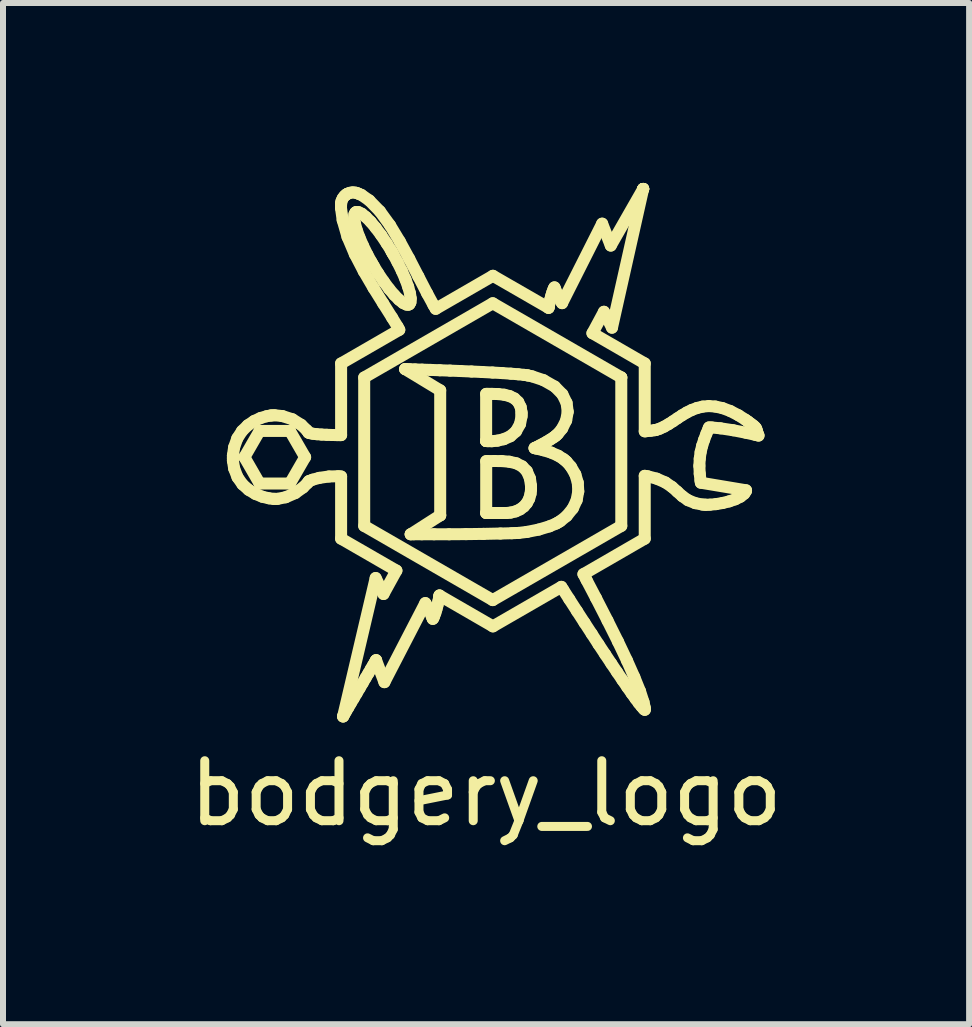
<source format=kicad_pcb>
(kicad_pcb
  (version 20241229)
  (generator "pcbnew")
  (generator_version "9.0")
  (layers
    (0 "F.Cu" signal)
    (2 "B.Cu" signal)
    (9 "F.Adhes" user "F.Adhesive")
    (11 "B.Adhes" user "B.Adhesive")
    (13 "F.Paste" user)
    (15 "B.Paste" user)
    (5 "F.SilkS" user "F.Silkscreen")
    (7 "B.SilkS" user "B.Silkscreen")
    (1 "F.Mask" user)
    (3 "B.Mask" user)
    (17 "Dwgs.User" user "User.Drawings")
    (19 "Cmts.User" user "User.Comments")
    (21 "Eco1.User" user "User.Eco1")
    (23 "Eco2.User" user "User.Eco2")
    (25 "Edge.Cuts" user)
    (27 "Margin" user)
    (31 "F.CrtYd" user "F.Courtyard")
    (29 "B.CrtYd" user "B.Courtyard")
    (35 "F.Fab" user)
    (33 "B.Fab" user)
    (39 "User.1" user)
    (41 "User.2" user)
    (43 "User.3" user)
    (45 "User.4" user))
  (footprint "bodgery_logo"
    (layer "F.Cu")
    (at 5.054 7.13)
    (property "Reference" "bodgery_logo" (at 0 3.048 0) (layer "F.SilkS") (effects (font (size 1 1) (thickness 0.15))))
    (attr through_hole)
    (fp_line (start -4.221 -2.587) (end -4.221 -2.542) (stroke (width 0.2) (type solid)) (layer "F.SilkS"))
    (fp_line (start -4.221 -2.542) (end -4.221 -2.499) (stroke (width 0.2) (type solid)) (layer "F.SilkS"))
    (fp_line (start -4.221 -2.499) (end -4.2 -2.368) (stroke (width 0.2) (type solid)) (layer "F.SilkS"))
    (fp_line (start -4.201 -2.722) (end -4.221 -2.587) (stroke (width 0.2) (type solid)) (layer "F.SilkS"))
    (fp_line (start -4.2 -2.368) (end -4.144 -2.223) (stroke (width 0.2) (type solid)) (layer "F.SilkS"))
    (fp_line (start -4.148 -2.872) (end -4.201 -2.722) (stroke (width 0.2) (type solid)) (layer "F.SilkS"))
    (fp_line (start -4.144 -2.223) (end -4.061 -2.105) (stroke (width 0.2) (type solid)) (layer "F.SilkS"))
    (fp_line (start -4.069 -2.994) (end -4.148 -2.872) (stroke (width 0.2) (type solid)) (layer "F.SilkS"))
    (fp_line (start -4.061 -2.105) (end -3.958 -2.013) (stroke (width 0.2) (type solid)) (layer "F.SilkS"))
    (fp_line (start -4.029 -2.558) (end -3.776 -2.996) (stroke (width 0.2) (type solid)) (layer "F.SilkS"))
    (fp_line (start -3.973 -3.089) (end -4.069 -2.994) (stroke (width 0.2) (type solid)) (layer "F.SilkS"))
    (fp_line (start -3.958 -2.013) (end -3.845 -1.945) (stroke (width 0.2) (type solid)) (layer "F.SilkS"))
    (fp_line (start -3.867 -3.161) (end -3.973 -3.089) (stroke (width 0.2) (type solid)) (layer "F.SilkS"))
    (fp_line (start -3.845 -1.945) (end -3.729 -1.898) (stroke (width 0.2) (type solid)) (layer "F.SilkS"))
    (fp_line (start -3.776 -2.996) (end -3.27 -2.996) (stroke (width 0.2) (type solid)) (layer "F.SilkS"))
    (fp_line (start -3.776 -2.119) (end -4.029 -2.558) (stroke (width 0.2) (type solid)) (layer "F.SilkS"))
    (fp_line (start -3.759 -3.211) (end -3.867 -3.161) (stroke (width 0.2) (type solid)) (layer "F.SilkS"))
    (fp_line (start -3.729 -1.898) (end -3.618 -1.872) (stroke (width 0.2) (type solid)) (layer "F.SilkS"))
    (fp_line (start -3.657 -3.241) (end -3.759 -3.211) (stroke (width 0.2) (type solid)) (layer "F.SilkS"))
    (fp_line (start -3.618 -1.872) (end -3.546 -1.863) (stroke (width 0.2) (type solid)) (layer "F.SilkS"))
    (fp_line (start -3.592 -3.253) (end -3.657 -3.241) (stroke (width 0.2) (type solid)) (layer "F.SilkS"))
    (fp_line (start -3.57 -3.254) (end -3.592 -3.253) (stroke (width 0.2) (type solid)) (layer "F.SilkS"))
    (fp_line (start -3.546 -1.863) (end -3.522 -1.863) (stroke (width 0.2) (type solid)) (layer "F.SilkS"))
    (fp_line (start -3.526 -3.257) (end -3.57 -3.254) (stroke (width 0.2) (type solid)) (layer "F.SilkS"))
    (fp_line (start -3.522 -1.863) (end -3.477 -1.863) (stroke (width 0.2) (type solid)) (layer "F.SilkS"))
    (fp_line (start -3.477 -1.863) (end -3.341 -1.89) (stroke (width 0.2) (type solid)) (layer "F.SilkS"))
    (fp_line (start -3.395 -3.243) (end -3.526 -3.257) (stroke (width 0.2) (type solid)) (layer "F.SilkS"))
    (fp_line (start -3.341 -1.89) (end -3.182 -1.959) (stroke (width 0.2) (type solid)) (layer "F.SilkS"))
    (fp_line (start -3.27 -2.996) (end -3.27 -2.996) (stroke (width 0.2) (type solid)) (layer "F.SilkS"))
    (fp_line (start -3.27 -2.996) (end -3.017 -2.558) (stroke (width 0.2) (type solid)) (layer "F.SilkS"))
    (fp_line (start -3.27 -2.119) (end -3.776 -2.119) (stroke (width 0.2) (type solid)) (layer "F.SilkS"))
    (fp_line (start -3.23 -3.19) (end -3.395 -3.243) (stroke (width 0.2) (type solid)) (layer "F.SilkS"))
    (fp_line (start -3.182 -1.959) (end -3.051 -2.053) (stroke (width 0.2) (type solid)) (layer "F.SilkS"))
    (fp_line (start -3.083 -3.098) (end -3.23 -3.19) (stroke (width 0.2) (type solid)) (layer "F.SilkS"))
    (fp_line (start -3.051 -2.053) (end -2.977 -2.127) (stroke (width 0.2) (type solid)) (layer "F.SilkS"))
    (fp_line (start -3.017 -2.558) (end -3.27 -2.119) (stroke (width 0.2) (type solid)) (layer "F.SilkS"))
    (fp_line (start -2.988 -3.006) (end -3.083 -3.098) (stroke (width 0.2) (type solid)) (layer "F.SilkS"))
    (fp_line (start -2.977 -2.127) (end -2.957 -2.156) (stroke (width 0.2) (type solid)) (layer "F.SilkS"))
    (fp_line (start -2.963 -2.971) (end -2.988 -3.006) (stroke (width 0.2) (type solid)) (layer "F.SilkS"))
    (fp_line (start -2.959 -2.966) (end -2.963 -2.971) (stroke (width 0.2) (type solid)) (layer "F.SilkS"))
    (fp_line (start -2.957 -2.156) (end -2.945 -2.162) (stroke (width 0.2) (type solid)) (layer "F.SilkS"))
    (fp_line (start -2.945 -2.162) (end -2.894 -2.182) (stroke (width 0.2) (type solid)) (layer "F.SilkS"))
    (fp_line (start -2.938 -2.959) (end -2.959 -2.966) (stroke (width 0.2) (type solid)) (layer "F.SilkS"))
    (fp_line (start -2.894 -2.182) (end -2.78 -2.213) (stroke (width 0.2) (type solid)) (layer "F.SilkS"))
    (fp_line (start -2.889 -2.949) (end -2.938 -2.959) (stroke (width 0.2) (type solid)) (layer "F.SilkS"))
    (fp_line (start -2.822 -2.941) (end -2.889 -2.949) (stroke (width 0.2) (type solid)) (layer "F.SilkS"))
    (fp_line (start -2.78 -2.213) (end -2.62 -2.236) (stroke (width 0.2) (type solid)) (layer "F.SilkS"))
    (fp_line (start -2.743 -2.935) (end -2.822 -2.941) (stroke (width 0.2) (type solid)) (layer "F.SilkS"))
    (fp_line (start -2.657 -2.931) (end -2.743 -2.935) (stroke (width 0.2) (type solid)) (layer "F.SilkS"))
    (fp_line (start -2.62 -2.236) (end -2.467 -2.24) (stroke (width 0.2) (type solid)) (layer "F.SilkS"))
    (fp_line (start -2.57 -2.928) (end -2.657 -2.931) (stroke (width 0.2) (type solid)) (layer "F.SilkS"))
    (fp_line (start -2.488 -2.926) (end -2.57 -2.928) (stroke (width 0.2) (type solid)) (layer "F.SilkS"))
    (fp_line (start -2.467 -2.24) (end -2.417 -2.236) (stroke (width 0.2) (type solid)) (layer "F.SilkS"))
    (fp_line (start -2.434 -2.926) (end -2.488 -2.926) (stroke (width 0.2) (type solid)) (layer "F.SilkS"))
    (fp_line (start -2.419 -6.712) (end -2.391 -6.511) (stroke (width 0.2) (type solid)) (layer "F.SilkS"))
    (fp_line (start -2.417 -6.779) (end -2.419 -6.712) (stroke (width 0.2) (type solid)) (layer "F.SilkS"))
    (fp_line (start -2.417 -6.791) (end -2.417 -6.779) (stroke (width 0.2) (type solid)) (layer "F.SilkS"))
    (fp_line (start -2.417 -4.121) (end -2.417 -2.926) (stroke (width 0.2) (type solid)) (layer "F.SilkS"))
    (fp_line (start -2.417 -2.926) (end -2.434 -2.926) (stroke (width 0.2) (type solid)) (layer "F.SilkS"))
    (fp_line (start -2.417 -2.236) (end -2.417 -1.199) (stroke (width 0.2) (type solid)) (layer "F.SilkS"))
    (fp_line (start -2.417 -1.199) (end -1.495 -0.667) (stroke (width 0.2) (type solid)) (layer "F.SilkS"))
    (fp_line (start -2.41 -6.829) (end -2.417 -6.791) (stroke (width 0.2) (type solid)) (layer "F.SilkS"))
    (fp_line (start -2.391 -6.511) (end -2.31 -6.23) (stroke (width 0.2) (type solid)) (layer "F.SilkS"))
    (fp_line (start -2.39 -6.874) (end -2.41 -6.829) (stroke (width 0.2) (type solid)) (layer "F.SilkS"))
    (fp_line (start -2.384 1.765) (end -2.384 1.764) (stroke (width 0.2) (type solid)) (layer "F.SilkS"))
    (fp_line (start -2.384 1.764) (end -2.378 1.753) (stroke (width 0.2) (type solid)) (layer "F.SilkS"))
    (fp_line (start -2.378 1.753) (end -2.36 1.723) (stroke (width 0.2) (type solid)) (layer "F.SilkS"))
    (fp_line (start -2.36 -6.913) (end -2.39 -6.874) (stroke (width 0.2) (type solid)) (layer "F.SilkS"))
    (fp_line (start -2.36 1.723) (end -2.333 1.676) (stroke (width 0.2) (type solid)) (layer "F.SilkS"))
    (fp_line (start -2.333 1.676) (end -2.297 1.616) (stroke (width 0.2) (type solid)) (layer "F.SilkS"))
    (fp_line (start -2.331 -6.938) (end -2.36 -6.913) (stroke (width 0.2) (type solid)) (layer "F.SilkS"))
    (fp_line (start -2.32 -6.944) (end -2.331 -6.938) (stroke (width 0.2) (type solid)) (layer "F.SilkS"))
    (fp_line (start -2.31 -6.23) (end -2.188 -5.942) (stroke (width 0.2) (type solid)) (layer "F.SilkS"))
    (fp_line (start -2.309 -6.95) (end -2.32 -6.944) (stroke (width 0.2) (type solid)) (layer "F.SilkS"))
    (fp_line (start -2.297 1.616) (end -2.256 1.545) (stroke (width 0.2) (type solid)) (layer "F.SilkS"))
    (fp_line (start -2.273 -6.965) (end -2.309 -6.95) (stroke (width 0.2) (type solid)) (layer "F.SilkS"))
    (fp_line (start -2.256 1.545) (end -2.209 1.466) (stroke (width 0.2) (type solid)) (layer "F.SilkS"))
    (fp_line (start -2.225 -6.973) (end -2.273 -6.965) (stroke (width 0.2) (type solid)) (layer "F.SilkS"))
    (fp_line (start -2.209 1.466) (end -2.159 1.381) (stroke (width 0.2) (type solid)) (layer "F.SilkS"))
    (fp_line (start -2.2 -6.543) (end -2.195 -6.605) (stroke (width 0.2) (type solid)) (layer "F.SilkS"))
    (fp_line (start -2.195 -6.605) (end -2.179 -6.635) (stroke (width 0.2) (type solid)) (layer "F.SilkS"))
    (fp_line (start -2.188 -5.942) (end -2.039 -5.656) (stroke (width 0.2) (type solid)) (layer "F.SilkS"))
    (fp_line (start -2.187 -6.456) (end -2.2 -6.543) (stroke (width 0.2) (type solid)) (layer "F.SilkS"))
    (fp_line (start -2.179 -6.635) (end -2.171 -6.64) (stroke (width 0.2) (type solid)) (layer "F.SilkS"))
    (fp_line (start -2.176 -6.968) (end -2.225 -6.973) (stroke (width 0.2) (type solid)) (layer "F.SilkS"))
    (fp_line (start -2.171 -6.64) (end -2.163 -6.645) (stroke (width 0.2) (type solid)) (layer "F.SilkS"))
    (fp_line (start -2.163 -6.645) (end -2.129 -6.644) (stroke (width 0.2) (type solid)) (layer "F.SilkS"))
    (fp_line (start -2.159 1.381) (end -2.108 1.294) (stroke (width 0.2) (type solid)) (layer "F.SilkS"))
    (fp_line (start -2.158 -6.348) (end -2.187 -6.456) (stroke (width 0.2) (type solid)) (layer "F.SilkS"))
    (fp_line (start -2.139 -6.956) (end -2.176 -6.968) (stroke (width 0.2) (type solid)) (layer "F.SilkS"))
    (fp_line (start -2.129 -6.644) (end -2.072 -6.617) (stroke (width 0.2) (type solid)) (layer "F.SilkS"))
    (fp_line (start -2.128 -6.951) (end -2.139 -6.956) (stroke (width 0.2) (type solid)) (layer "F.SilkS"))
    (fp_line (start -2.112 -6.223) (end -2.158 -6.348) (stroke (width 0.2) (type solid)) (layer "F.SilkS"))
    (fp_line (start -2.108 1.294) (end -2.057 1.207) (stroke (width 0.2) (type solid)) (layer "F.SilkS"))
    (fp_line (start -2.079 -6.931) (end -2.128 -6.951) (stroke (width 0.2) (type solid)) (layer "F.SilkS"))
    (fp_line (start -2.072 -6.617) (end -2.004 -6.562) (stroke (width 0.2) (type solid)) (layer "F.SilkS"))
    (fp_line (start -2.057 1.207) (end -2.008 1.122) (stroke (width 0.2) (type solid)) (layer "F.SilkS"))
    (fp_line (start -2.052 -6.084) (end -2.112 -6.223) (stroke (width 0.2) (type solid)) (layer "F.SilkS"))
    (fp_line (start -2.039 -5.656) (end -1.877 -5.379) (stroke (width 0.2) (type solid)) (layer "F.SilkS"))
    (fp_line (start -2.032 -3.887) (end 0.111 -5.124) (stroke (width 0.2) (type solid)) (layer "F.SilkS"))
    (fp_line (start -2.032 -1.412) (end -2.032 -3.887) (stroke (width 0.2) (type solid)) (layer "F.SilkS"))
    (fp_line (start -2.008 1.122) (end -1.961 1.043) (stroke (width 0.2) (type solid)) (layer "F.SilkS"))
    (fp_line (start -2.004 -6.562) (end -1.925 -6.483) (stroke (width 0.2) (type solid)) (layer "F.SilkS"))
    (fp_line (start -1.979 -5.935) (end -2.052 -6.084) (stroke (width 0.2) (type solid)) (layer "F.SilkS"))
    (fp_line (start -1.961 1.043) (end -1.92 0.972) (stroke (width 0.2) (type solid)) (layer "F.SilkS"))
    (fp_line (start -1.946 -6.838) (end -2.079 -6.931) (stroke (width 0.2) (type solid)) (layer "F.SilkS"))
    (fp_line (start -1.925 -6.483) (end -1.84 -6.381) (stroke (width 0.2) (type solid)) (layer "F.SilkS"))
    (fp_line (start -1.92 0.972) (end -1.885 0.913) (stroke (width 0.2) (type solid)) (layer "F.SilkS"))
    (fp_line (start -1.915 -5.817) (end -1.979 -5.935) (stroke (width 0.2) (type solid)) (layer "F.SilkS"))
    (fp_line (start -1.893 -5.778) (end -1.915 -5.817) (stroke (width 0.2) (type solid)) (layer "F.SilkS"))
    (fp_line (start -1.885 0.913) (end -1.858 0.867) (stroke (width 0.2) (type solid)) (layer "F.SilkS"))
    (fp_line (start -1.877 -5.379) (end -1.715 -5.119) (stroke (width 0.2) (type solid)) (layer "F.SilkS"))
    (fp_line (start -1.87 -5.739) (end -1.893 -5.778) (stroke (width 0.2) (type solid)) (layer "F.SilkS"))
    (fp_line (start -1.858 0.867) (end -1.84 0.837) (stroke (width 0.2) (type solid)) (layer "F.SilkS"))
    (fp_line (start -1.841 -0.543) (end -2.384 1.765) (stroke (width 0.2) (type solid)) (layer "F.SilkS"))
    (fp_line (start -1.84 0.837) (end -1.834 0.827) (stroke (width 0.2) (type solid)) (layer "F.SilkS"))
    (fp_line (start -1.84 -6.381) (end -1.749 -6.259) (stroke (width 0.2) (type solid)) (layer "F.SilkS"))
    (fp_line (start -1.834 0.827) (end -1.834 0.827) (stroke (width 0.2) (type solid)) (layer "F.SilkS"))
    (fp_line (start -1.834 0.827) (end -1.695 1.193) (stroke (width 0.2) (type solid)) (layer "F.SilkS"))
    (fp_line (start -1.8 -5.625) (end -1.87 -5.739) (stroke (width 0.2) (type solid)) (layer "F.SilkS"))
    (fp_line (start -1.77 -6.657) (end -1.946 -6.838) (stroke (width 0.2) (type solid)) (layer "F.SilkS"))
    (fp_line (start -1.749 -6.259) (end -1.657 -6.121) (stroke (width 0.2) (type solid)) (layer "F.SilkS"))
    (fp_line (start -1.715 -5.119) (end -1.567 -4.884) (stroke (width 0.2) (type solid)) (layer "F.SilkS"))
    (fp_line (start -1.71 -0.277) (end -1.841 -0.543) (stroke (width 0.2) (type solid)) (layer "F.SilkS"))
    (fp_line (start -1.707 -5.487) (end -1.8 -5.625) (stroke (width 0.2) (type solid)) (layer "F.SilkS"))
    (fp_line (start -1.695 1.193) (end -1.013 -0.125) (stroke (width 0.2) (type solid)) (layer "F.SilkS"))
    (fp_line (start -1.657 -6.121) (end -1.586 -6.007) (stroke (width 0.2) (type solid)) (layer "F.SilkS"))
    (fp_line (start -1.617 -5.365) (end -1.707 -5.487) (stroke (width 0.2) (type solid)) (layer "F.SilkS"))
    (fp_line (start -1.601 -6.424) (end -1.77 -6.657) (stroke (width 0.2) (type solid)) (layer "F.SilkS"))
    (fp_line (start -1.586 -6.007) (end -1.564 -5.968) (stroke (width 0.2) (type solid)) (layer "F.SilkS"))
    (fp_line (start -1.567 -4.884) (end -1.475 -4.733) (stroke (width 0.2) (type solid)) (layer "F.SilkS"))
    (fp_line (start -1.564 -5.968) (end -1.564 -5.968) (stroke (width 0.2) (type solid)) (layer "F.SilkS"))
    (fp_line (start -1.564 -5.968) (end -1.542 -5.929) (stroke (width 0.2) (type solid)) (layer "F.SilkS"))
    (fp_line (start -1.542 -5.929) (end -1.478 -5.811) (stroke (width 0.2) (type solid)) (layer "F.SilkS"))
    (fp_line (start -1.531 -5.263) (end -1.617 -5.365) (stroke (width 0.2) (type solid)) (layer "F.SilkS"))
    (fp_line (start -1.495 -0.667) (end -1.71 -0.277) (stroke (width 0.2) (type solid)) (layer "F.SilkS"))
    (fp_line (start -1.478 -5.811) (end -1.404 -5.662) (stroke (width 0.2) (type solid)) (layer "F.SilkS"))
    (fp_line (start -1.475 -4.733) (end -1.447 -4.681) (stroke (width 0.2) (type solid)) (layer "F.SilkS"))
    (fp_line (start -1.453 -5.184) (end -1.531 -5.263) (stroke (width 0.2) (type solid)) (layer "F.SilkS"))
    (fp_line (start -1.447 -4.681) (end -2.417 -4.121) (stroke (width 0.2) (type solid)) (layer "F.SilkS"))
    (fp_line (start -1.439 -6.155) (end -1.601 -6.424) (stroke (width 0.2) (type solid)) (layer "F.SilkS"))
    (fp_line (start -1.404 -5.662) (end -1.344 -5.523) (stroke (width 0.2) (type solid)) (layer "F.SilkS"))
    (fp_line (start -1.384 -5.129) (end -1.453 -5.184) (stroke (width 0.2) (type solid)) (layer "F.SilkS"))
    (fp_line (start -1.35 -4.026) (end -1.35 -4.026) (stroke (width 0.2) (type solid)) (layer "F.SilkS"))
    (fp_line (start -1.35 -4.026) (end -0.765 -3.672) (stroke (width 0.2) (type solid)) (layer "F.SilkS"))
    (fp_line (start -1.344 -5.523) (end -1.299 -5.398) (stroke (width 0.2) (type solid)) (layer "F.SilkS"))
    (fp_line (start -1.33 -4.026) (end -1.35 -4.026) (stroke (width 0.2) (type solid)) (layer "F.SilkS"))
    (fp_line (start -1.328 -5.102) (end -1.384 -5.129) (stroke (width 0.2) (type solid)) (layer "F.SilkS"))
    (fp_line (start -1.299 -5.398) (end -1.269 -5.29) (stroke (width 0.2) (type solid)) (layer "F.SilkS"))
    (fp_line (start -1.294 -5.101) (end -1.328 -5.102) (stroke (width 0.2) (type solid)) (layer "F.SilkS"))
    (fp_line (start -1.285 -5.106) (end -1.294 -5.101) (stroke (width 0.2) (type solid)) (layer "F.SilkS"))
    (fp_line (start -1.281 -5.865) (end -1.439 -6.155) (stroke (width 0.2) (type solid)) (layer "F.SilkS"))
    (fp_line (start -1.277 -5.111) (end -1.285 -5.106) (stroke (width 0.2) (type solid)) (layer "F.SilkS"))
    (fp_line (start -1.272 -4.024) (end -1.33 -4.026) (stroke (width 0.2) (type solid)) (layer "F.SilkS"))
    (fp_line (start -1.269 -5.29) (end -1.256 -5.203) (stroke (width 0.2) (type solid)) (layer "F.SilkS"))
    (fp_line (start -1.261 -5.141) (end -1.277 -5.111) (stroke (width 0.2) (type solid)) (layer "F.SilkS"))
    (fp_line (start -1.257 -1.273) (end -1.257 -1.273) (stroke (width 0.2) (type solid)) (layer "F.SilkS"))
    (fp_line (start -1.257 -1.273) (end -1.208 -1.273) (stroke (width 0.2) (type solid)) (layer "F.SilkS"))
    (fp_line (start -1.256 -5.203) (end -1.261 -5.141) (stroke (width 0.2) (type solid)) (layer "F.SilkS"))
    (fp_line (start -1.208 -1.273) (end -1.071 -1.273) (stroke (width 0.2) (type solid)) (layer "F.SilkS"))
    (fp_line (start -1.183 -4.021) (end -1.272 -4.024) (stroke (width 0.2) (type solid)) (layer "F.SilkS"))
    (fp_line (start -1.129 -5.571) (end -1.281 -5.865) (stroke (width 0.2) (type solid)) (layer "F.SilkS"))
    (fp_line (start -1.071 -1.273) (end -0.868 -1.273) (stroke (width 0.2) (type solid)) (layer "F.SilkS"))
    (fp_line (start -1.067 -4.017) (end -1.183 -4.021) (stroke (width 0.2) (type solid)) (layer "F.SilkS"))
    (fp_line (start -1.013 -0.125) (end -0.999 -0.099) (stroke (width 0.2) (type solid)) (layer "F.SilkS"))
    (fp_line (start -0.999 -0.099) (end -0.944 0.011) (stroke (width 0.2) (type solid)) (layer "F.SilkS"))
    (fp_line (start -0.982 -5.287) (end -1.129 -5.571) (stroke (width 0.2) (type solid)) (layer "F.SilkS"))
    (fp_line (start -0.944 0.011) (end -0.898 0.115) (stroke (width 0.2) (type solid)) (layer "F.SilkS"))
    (fp_line (start -0.927 -4.013) (end -1.067 -4.017) (stroke (width 0.2) (type solid)) (layer "F.SilkS"))
    (fp_line (start -0.898 0.115) (end -0.889 0.138) (stroke (width 0.2) (type solid)) (layer "F.SilkS"))
    (fp_line (start -0.889 0.138) (end -0.882 0.129) (stroke (width 0.2) (type solid)) (layer "F.SilkS"))
    (fp_line (start -0.882 0.129) (end -0.867 0.096) (stroke (width 0.2) (type solid)) (layer "F.SilkS"))
    (fp_line (start -0.877 -5.094) (end -0.982 -5.287) (stroke (width 0.2) (type solid)) (layer "F.SilkS"))
    (fp_line (start -0.868 -1.273) (end -0.616 -1.273) (stroke (width 0.2) (type solid)) (layer "F.SilkS"))
    (fp_line (start -0.867 0.096) (end -0.846 0.04) (stroke (width 0.2) (type solid)) (layer "F.SilkS"))
    (fp_line (start -0.846 0.04) (end -0.827 -0.024) (stroke (width 0.2) (type solid)) (layer "F.SilkS"))
    (fp_line (start -0.84 -5.031) (end -0.877 -5.094) (stroke (width 0.2) (type solid)) (layer "F.SilkS"))
    (fp_line (start -0.827 -0.024) (end -0.81 -0.09) (stroke (width 0.2) (type solid)) (layer "F.SilkS"))
    (fp_line (start -0.81 -0.09) (end -0.796 -0.152) (stroke (width 0.2) (type solid)) (layer "F.SilkS"))
    (fp_line (start -0.796 -0.152) (end -0.786 -0.203) (stroke (width 0.2) (type solid)) (layer "F.SilkS"))
    (fp_line (start -0.786 -0.203) (end -0.779 -0.239) (stroke (width 0.2) (type solid)) (layer "F.SilkS"))
    (fp_line (start -0.779 -0.239) (end -0.777 -0.252) (stroke (width 0.2) (type solid)) (layer "F.SilkS"))
    (fp_line (start -0.777 -0.252) (end -0.777 -0.252) (stroke (width 0.2) (type solid)) (layer "F.SilkS"))
    (fp_line (start -0.777 -0.252) (end 0.114 0.263) (stroke (width 0.2) (type solid)) (layer "F.SilkS"))
    (fp_line (start -0.771 -4.007) (end -0.927 -4.013) (stroke (width 0.2) (type solid)) (layer "F.SilkS"))
    (fp_line (start -0.765 -3.672) (end -0.765 -1.588) (stroke (width 0.2) (type solid)) (layer "F.SilkS"))
    (fp_line (start -0.765 -1.588) (end -1.257 -1.273) (stroke (width 0.2) (type solid)) (layer "F.SilkS"))
    (fp_line (start -0.765 -1.588) (end -0.765 -1.588) (stroke (width 0.2) (type solid)) (layer "F.SilkS"))
    (fp_line (start -0.616 -1.273) (end -0.335 -1.275) (stroke (width 0.2) (type solid)) (layer "F.SilkS"))
    (fp_line (start -0.601 -4.001) (end -0.771 -4.007) (stroke (width 0.2) (type solid)) (layer "F.SilkS"))
    (fp_line (start -0.424 -3.994) (end -0.601 -4.001) (stroke (width 0.2) (type solid)) (layer "F.SilkS"))
    (fp_line (start -0.335 -1.275) (end -0.044 -1.279) (stroke (width 0.2) (type solid)) (layer "F.SilkS"))
    (fp_line (start -0.243 -3.986) (end -0.424 -3.994) (stroke (width 0.2) (type solid)) (layer "F.SilkS"))
    (fp_line (start -0.064 -3.978) (end -0.243 -3.986) (stroke (width 0.2) (type solid)) (layer "F.SilkS"))
    (fp_line (start -0.044 -1.279) (end 0.239 -1.285) (stroke (width 0.2) (type solid)) (layer "F.SilkS"))
    (fp_line (start 0.001 -3.613) (end 0.026 -3.613) (stroke (width 0.2) (type solid)) (layer "F.SilkS"))
    (fp_line (start 0.001 -2.827) (end 0.001 -3.613) (stroke (width 0.2) (type solid)) (layer "F.SilkS"))
    (fp_line (start 0.001 -2.827) (end 0.001 -2.827) (stroke (width 0.2) (type solid)) (layer "F.SilkS"))
    (fp_line (start 0.001 -2.827) (end 0.001 -2.827) (stroke (width 0.2) (type solid)) (layer "F.SilkS"))
    (fp_line (start 0.002 -2.492) (end 0.034 -2.492) (stroke (width 0.2) (type solid)) (layer "F.SilkS"))
    (fp_line (start 0.002 -1.627) (end 0.002 -2.492) (stroke (width 0.2) (type solid)) (layer "F.SilkS"))
    (fp_line (start 0.002 -1.627) (end 0.002 -1.627) (stroke (width 0.2) (type solid)) (layer "F.SilkS"))
    (fp_line (start 0.026 -3.613) (end 0.101 -3.613) (stroke (width 0.2) (type solid)) (layer "F.SilkS"))
    (fp_line (start 0.027 -2.825) (end 0.001 -2.827) (stroke (width 0.2) (type solid)) (layer "F.SilkS"))
    (fp_line (start 0.034 -2.492) (end 0.131 -2.494) (stroke (width 0.2) (type solid)) (layer "F.SilkS"))
    (fp_line (start 0.094 -2.824) (end 0.027 -2.825) (stroke (width 0.2) (type solid)) (layer "F.SilkS"))
    (fp_line (start 0.101 -3.613) (end 0.203 -3.61) (stroke (width 0.2) (type solid)) (layer "F.SilkS"))
    (fp_line (start 0.108 -3.969) (end -0.064 -3.978) (stroke (width 0.2) (type solid)) (layer "F.SilkS"))
    (fp_line (start 0.111 -5.124) (end 2.254 -3.887) (stroke (width 0.2) (type solid)) (layer "F.SilkS"))
    (fp_line (start 0.111 -0.175) (end -2.032 -1.412) (stroke (width 0.2) (type solid)) (layer "F.SilkS"))
    (fp_line (start 0.114 -5.582) (end -0.84 -5.031) (stroke (width 0.2) (type solid)) (layer "F.SilkS"))
    (fp_line (start 0.114 0.263) (end 1.255 -0.396) (stroke (width 0.2) (type solid)) (layer "F.SilkS"))
    (fp_line (start 0.131 -2.494) (end 0.262 -2.493) (stroke (width 0.2) (type solid)) (layer "F.SilkS"))
    (fp_line (start 0.188 -2.833) (end 0.094 -2.824) (stroke (width 0.2) (type solid)) (layer "F.SilkS"))
    (fp_line (start 0.203 -3.61) (end 0.302 -3.599) (stroke (width 0.2) (type solid)) (layer "F.SilkS"))
    (fp_line (start 0.239 -1.285) (end 0.429 -1.29) (stroke (width 0.2) (type solid)) (layer "F.SilkS"))
    (fp_line (start 0.262 -2.493) (end 0.388 -2.482) (stroke (width 0.2) (type solid)) (layer "F.SilkS"))
    (fp_line (start 0.269 -3.96) (end 0.108 -3.969) (stroke (width 0.2) (type solid)) (layer "F.SilkS"))
    (fp_line (start 0.296 -2.858) (end 0.188 -2.833) (stroke (width 0.2) (type solid)) (layer "F.SilkS"))
    (fp_line (start 0.302 -3.599) (end 0.393 -3.576) (stroke (width 0.2) (type solid)) (layer "F.SilkS"))
    (fp_line (start 0.316 -1.627) (end 0.002 -1.627) (stroke (width 0.2) (type solid)) (layer "F.SilkS"))
    (fp_line (start 0.339 -1.627) (end 0.316 -1.627) (stroke (width 0.2) (type solid)) (layer "F.SilkS"))
    (fp_line (start 0.388 -2.482) (end 0.503 -2.456) (stroke (width 0.2) (type solid)) (layer "F.SilkS"))
    (fp_line (start 0.393 -3.576) (end 0.473 -3.537) (stroke (width 0.2) (type solid)) (layer "F.SilkS"))
    (fp_line (start 0.405 -2.907) (end 0.296 -2.858) (stroke (width 0.2) (type solid)) (layer "F.SilkS"))
    (fp_line (start 0.409 -1.634) (end 0.339 -1.627) (stroke (width 0.2) (type solid)) (layer "F.SilkS"))
    (fp_line (start 0.413 -3.95) (end 0.269 -3.96) (stroke (width 0.2) (type solid)) (layer "F.SilkS"))
    (fp_line (start 0.429 -1.29) (end 0.493 -1.293) (stroke (width 0.2) (type solid)) (layer "F.SilkS"))
    (fp_line (start 0.473 -3.537) (end 0.536 -3.477) (stroke (width 0.2) (type solid)) (layer "F.SilkS"))
    (fp_line (start 0.493 -1.293) (end 0.541 -1.295) (stroke (width 0.2) (type solid)) (layer "F.SilkS"))
    (fp_line (start 0.493 -1.654) (end 0.409 -1.634) (stroke (width 0.2) (type solid)) (layer "F.SilkS"))
    (fp_line (start 0.499 -2.989) (end 0.405 -2.907) (stroke (width 0.2) (type solid)) (layer "F.SilkS"))
    (fp_line (start 0.503 -2.456) (end 0.602 -2.405) (stroke (width 0.2) (type solid)) (layer "F.SilkS"))
    (fp_line (start 0.536 -3.477) (end 0.577 -3.393) (stroke (width 0.2) (type solid)) (layer "F.SilkS"))
    (fp_line (start 0.537 -3.94) (end 0.413 -3.95) (stroke (width 0.2) (type solid)) (layer "F.SilkS"))
    (fp_line (start 0.541 -1.295) (end 0.683 -1.312) (stroke (width 0.2) (type solid)) (layer "F.SilkS"))
    (fp_line (start 0.566 -3.11) (end 0.499 -2.989) (stroke (width 0.2) (type solid)) (layer "F.SilkS"))
    (fp_line (start 0.567 -1.688) (end 0.493 -1.654) (stroke (width 0.2) (type solid)) (layer "F.SilkS"))
    (fp_line (start 0.577 -3.393) (end 0.591 -3.307) (stroke (width 0.2) (type solid)) (layer "F.SilkS"))
    (fp_line (start 0.591 -3.307) (end 0.591 -3.279) (stroke (width 0.2) (type solid)) (layer "F.SilkS"))
    (fp_line (start 0.591 -3.279) (end 0.591 -3.237) (stroke (width 0.2) (type solid)) (layer "F.SilkS"))
    (fp_line (start 0.591 -3.237) (end 0.566 -3.11) (stroke (width 0.2) (type solid)) (layer "F.SilkS"))
    (fp_line (start 0.602 -2.405) (end 0.68 -2.324) (stroke (width 0.2) (type solid)) (layer "F.SilkS"))
    (fp_line (start 0.63 -1.735) (end 0.567 -1.688) (stroke (width 0.2) (type solid)) (layer "F.SilkS"))
    (fp_line (start 0.634 -3.93) (end 0.537 -3.94) (stroke (width 0.2) (type solid)) (layer "F.SilkS"))
    (fp_line (start 0.68 -2.324) (end 0.731 -2.204) (stroke (width 0.2) (type solid)) (layer "F.SilkS"))
    (fp_line (start 0.68 -1.793) (end 0.63 -1.735) (stroke (width 0.2) (type solid)) (layer "F.SilkS"))
    (fp_line (start 0.683 -1.312) (end 0.878 -1.351) (stroke (width 0.2) (type solid)) (layer "F.SilkS"))
    (fp_line (start 0.685 -3.923) (end 0.634 -3.93) (stroke (width 0.2) (type solid)) (layer "F.SilkS"))
    (fp_line (start 0.701 -3.92) (end 0.685 -3.923) (stroke (width 0.2) (type solid)) (layer "F.SilkS"))
    (fp_line (start 0.718 -1.864) (end 0.68 -1.793) (stroke (width 0.2) (type solid)) (layer "F.SilkS"))
    (fp_line (start 0.731 -2.204) (end 0.749 -2.081) (stroke (width 0.2) (type solid)) (layer "F.SilkS"))
    (fp_line (start 0.741 -1.947) (end 0.718 -1.864) (stroke (width 0.2) (type solid)) (layer "F.SilkS"))
    (fp_line (start 0.749 -2.081) (end 0.749 -2.04) (stroke (width 0.2) (type solid)) (layer "F.SilkS"))
    (fp_line (start 0.749 -2.04) (end 0.749 -2.017) (stroke (width 0.2) (type solid)) (layer "F.SilkS"))
    (fp_line (start 0.749 -2.017) (end 0.741 -1.947) (stroke (width 0.2) (type solid)) (layer "F.SilkS"))
    (fp_line (start 0.766 -3.906) (end 0.701 -3.92) (stroke (width 0.2) (type solid)) (layer "F.SilkS"))
    (fp_line (start 0.808 -2.709) (end 0.809 -2.709) (stroke (width 0.2) (type solid)) (layer "F.SilkS"))
    (fp_line (start 0.809 -2.709) (end 0.82 -2.715) (stroke (width 0.2) (type solid)) (layer "F.SilkS"))
    (fp_line (start 0.82 -2.715) (end 0.852 -2.731) (stroke (width 0.2) (type solid)) (layer "F.SilkS"))
    (fp_line (start 0.844 -2.7) (end 0.808 -2.709) (stroke (width 0.2) (type solid)) (layer "F.SilkS"))
    (fp_line (start 0.852 -2.731) (end 0.898 -2.755) (stroke (width 0.2) (type solid)) (layer "F.SilkS"))
    (fp_line (start 0.878 -1.351) (end 1.057 -1.405) (stroke (width 0.2) (type solid)) (layer "F.SilkS"))
    (fp_line (start 0.898 -2.755) (end 0.953 -2.784) (stroke (width 0.2) (type solid)) (layer "F.SilkS"))
    (fp_line (start 0.953 -2.784) (end 1.013 -2.818) (stroke (width 0.2) (type solid)) (layer "F.SilkS"))
    (fp_line (start 0.954 -2.674) (end 0.844 -2.7) (stroke (width 0.2) (type solid)) (layer "F.SilkS"))
    (fp_line (start 0.957 -3.842) (end 0.766 -3.906) (stroke (width 0.2) (type solid)) (layer "F.SilkS"))
    (fp_line (start 1.013 -2.818) (end 1.071 -2.853) (stroke (width 0.2) (type solid)) (layer "F.SilkS"))
    (fp_line (start 1.041 -5.048) (end 0.114 -5.582) (stroke (width 0.2) (type solid)) (layer "F.SilkS"))
    (fp_line (start 1.041 -5.048) (end 1.041 -5.048) (stroke (width 0.2) (type solid)) (layer "F.SilkS"))
    (fp_line (start 1.043 -5.059) (end 1.041 -5.048) (stroke (width 0.2) (type solid)) (layer "F.SilkS"))
    (fp_line (start 1.049 -5.09) (end 1.043 -5.059) (stroke (width 0.2) (type solid)) (layer "F.SilkS"))
    (fp_line (start 1.057 -1.405) (end 1.167 -1.451) (stroke (width 0.2) (type solid)) (layer "F.SilkS"))
    (fp_line (start 1.059 -5.135) (end 1.049 -5.09) (stroke (width 0.2) (type solid)) (layer "F.SilkS"))
    (fp_line (start 1.071 -5.189) (end 1.059 -5.135) (stroke (width 0.2) (type solid)) (layer "F.SilkS"))
    (fp_line (start 1.071 -2.853) (end 1.124 -2.887) (stroke (width 0.2) (type solid)) (layer "F.SilkS"))
    (fp_line (start 1.084 -2.635) (end 0.954 -2.674) (stroke (width 0.2) (type solid)) (layer "F.SilkS"))
    (fp_line (start 1.086 -5.246) (end 1.071 -5.189) (stroke (width 0.2) (type solid)) (layer "F.SilkS"))
    (fp_line (start 1.103 -5.302) (end 1.086 -5.246) (stroke (width 0.2) (type solid)) (layer "F.SilkS"))
    (fp_line (start 1.121 -5.351) (end 1.103 -5.302) (stroke (width 0.2) (type solid)) (layer "F.SilkS"))
    (fp_line (start 1.124 -2.887) (end 1.157 -2.911) (stroke (width 0.2) (type solid)) (layer "F.SilkS"))
    (fp_line (start 1.135 -5.38) (end 1.121 -5.351) (stroke (width 0.2) (type solid)) (layer "F.SilkS"))
    (fp_line (start 1.14 -5.389) (end 1.135 -5.38) (stroke (width 0.2) (type solid)) (layer "F.SilkS"))
    (fp_line (start 1.145 -3.735) (end 0.957 -3.842) (stroke (width 0.2) (type solid)) (layer "F.SilkS"))
    (fp_line (start 1.15 -5.365) (end 1.14 -5.389) (stroke (width 0.2) (type solid)) (layer "F.SilkS"))
    (fp_line (start 1.157 -2.911) (end 1.167 -2.92) (stroke (width 0.2) (type solid)) (layer "F.SilkS"))
    (fp_line (start 1.167 -2.92) (end 1.195 -2.945) (stroke (width 0.2) (type solid)) (layer "F.SilkS"))
    (fp_line (start 1.167 -1.451) (end 1.201 -1.47) (stroke (width 0.2) (type solid)) (layer "F.SilkS"))
    (fp_line (start 1.195 -2.945) (end 1.268 -3.035) (stroke (width 0.2) (type solid)) (layer "F.SilkS"))
    (fp_line (start 1.196 -5.262) (end 1.15 -5.365) (stroke (width 0.2) (type solid)) (layer "F.SilkS"))
    (fp_line (start 1.201 -1.47) (end 1.239 -1.493) (stroke (width 0.2) (type solid)) (layer "F.SilkS"))
    (fp_line (start 1.203 -2.582) (end 1.084 -2.635) (stroke (width 0.2) (type solid)) (layer "F.SilkS"))
    (fp_line (start 1.239 -1.493) (end 1.344 -1.578) (stroke (width 0.2) (type solid)) (layer "F.SilkS"))
    (fp_line (start 1.253 -5.152) (end 1.196 -5.262) (stroke (width 0.2) (type solid)) (layer "F.SilkS"))
    (fp_line (start 1.255 -0.396) (end 1.288 -0.344) (stroke (width 0.2) (type solid)) (layer "F.SilkS"))
    (fp_line (start 1.267 -5.126) (end 1.253 -5.152) (stroke (width 0.2) (type solid)) (layer "F.SilkS"))
    (fp_line (start 1.268 -3.035) (end 1.335 -3.17) (stroke (width 0.2) (type solid)) (layer "F.SilkS"))
    (fp_line (start 1.272 -3.606) (end 1.145 -3.735) (stroke (width 0.2) (type solid)) (layer "F.SilkS"))
    (fp_line (start 1.288 -0.344) (end 1.387 -0.19) (stroke (width 0.2) (type solid)) (layer "F.SilkS"))
    (fp_line (start 1.288 -2.528) (end 1.203 -2.582) (stroke (width 0.2) (type solid)) (layer "F.SilkS"))
    (fp_line (start 1.314 -2.507) (end 1.288 -2.528) (stroke (width 0.2) (type solid)) (layer "F.SilkS"))
    (fp_line (start 1.335 -3.17) (end 1.361 -3.315) (stroke (width 0.2) (type solid)) (layer "F.SilkS"))
    (fp_line (start 1.342 -2.483) (end 1.314 -2.507) (stroke (width 0.2) (type solid)) (layer "F.SilkS"))
    (fp_line (start 1.342 -3.463) (end 1.272 -3.606) (stroke (width 0.2) (type solid)) (layer "F.SilkS"))
    (fp_line (start 1.344 -1.578) (end 1.446 -1.704) (stroke (width 0.2) (type solid)) (layer "F.SilkS"))
    (fp_line (start 1.361 -3.315) (end 1.342 -3.463) (stroke (width 0.2) (type solid)) (layer "F.SilkS"))
    (fp_line (start 1.387 -0.19) (end 1.516 0.01) (stroke (width 0.2) (type solid)) (layer "F.SilkS"))
    (fp_line (start 1.415 -2.398) (end 1.342 -2.483) (stroke (width 0.2) (type solid)) (layer "F.SilkS"))
    (fp_line (start 1.446 -1.704) (end 1.51 -1.842) (stroke (width 0.2) (type solid)) (layer "F.SilkS"))
    (fp_line (start 1.488 -2.271) (end 1.415 -2.398) (stroke (width 0.2) (type solid)) (layer "F.SilkS"))
    (fp_line (start 1.51 -1.842) (end 1.537 -1.987) (stroke (width 0.2) (type solid)) (layer "F.SilkS"))
    (fp_line (start 1.516 0.01) (end 1.641 0.203) (stroke (width 0.2) (type solid)) (layer "F.SilkS"))
    (fp_line (start 1.529 -2.132) (end 1.488 -2.271) (stroke (width 0.2) (type solid)) (layer "F.SilkS"))
    (fp_line (start 1.537 -1.987) (end 1.529 -2.132) (stroke (width 0.2) (type solid)) (layer "F.SilkS"))
    (fp_line (start 1.623 -0.608) (end 2.645 -1.199) (stroke (width 0.2) (type solid)) (layer "F.SilkS"))
    (fp_line (start 1.641 0.203) (end 1.761 0.387) (stroke (width 0.2) (type solid)) (layer "F.SilkS"))
    (fp_line (start 1.675 -0.509) (end 1.623 -0.608) (stroke (width 0.2) (type solid)) (layer "F.SilkS"))
    (fp_line (start 1.761 0.387) (end 1.875 0.563) (stroke (width 0.2) (type solid)) (layer "F.SilkS"))
    (fp_line (start 1.773 -4.625) (end 1.965 -4.982) (stroke (width 0.2) (type solid)) (layer "F.SilkS"))
    (fp_line (start 1.832 -0.209) (end 1.675 -0.509) (stroke (width 0.2) (type solid)) (layer "F.SilkS"))
    (fp_line (start 1.875 0.563) (end 1.985 0.729) (stroke (width 0.2) (type solid)) (layer "F.SilkS"))
    (fp_line (start 1.935 -6.451) (end 1.267 -5.126) (stroke (width 0.2) (type solid)) (layer "F.SilkS"))
    (fp_line (start 1.965 -4.982) (end 2.099 -4.717) (stroke (width 0.2) (type solid)) (layer "F.SilkS"))
    (fp_line (start 1.985 0.729) (end 2.088 0.884) (stroke (width 0.2) (type solid)) (layer "F.SilkS"))
    (fp_line (start 2.025 0.168) (end 1.832 -0.209) (stroke (width 0.2) (type solid)) (layer "F.SilkS"))
    (fp_line (start 2.079 -6.086) (end 1.935 -6.451) (stroke (width 0.2) (type solid)) (layer "F.SilkS"))
    (fp_line (start 2.088 0.884) (end 2.184 1.027) (stroke (width 0.2) (type solid)) (layer "F.SilkS"))
    (fp_line (start 2.099 -4.717) (end 2.619 -7.03) (stroke (width 0.2) (type solid)) (layer "F.SilkS"))
    (fp_line (start 2.184 1.027) (end 2.273 1.158) (stroke (width 0.2) (type solid)) (layer "F.SilkS"))
    (fp_line (start 2.199 0.517) (end 2.025 0.168) (stroke (width 0.2) (type solid)) (layer "F.SilkS"))
    (fp_line (start 2.254 -3.887) (end 2.254 -3.887) (stroke (width 0.2) (type solid)) (layer "F.SilkS"))
    (fp_line (start 2.254 -3.887) (end 2.254 -1.412) (stroke (width 0.2) (type solid)) (layer "F.SilkS"))
    (fp_line (start 2.254 -1.412) (end 0.111 -0.175) (stroke (width 0.2) (type solid)) (layer "F.SilkS"))
    (fp_line (start 2.273 1.158) (end 2.354 1.276) (stroke (width 0.2) (type solid)) (layer "F.SilkS"))
    (fp_line (start 2.349 0.833) (end 2.199 0.517) (stroke (width 0.2) (type solid)) (layer "F.SilkS"))
    (fp_line (start 2.354 1.276) (end 2.427 1.38) (stroke (width 0.2) (type solid)) (layer "F.SilkS"))
    (fp_line (start 2.427 1.38) (end 2.491 1.468) (stroke (width 0.2) (type solid)) (layer "F.SilkS"))
    (fp_line (start 2.472 1.11) (end 2.349 0.833) (stroke (width 0.2) (type solid)) (layer "F.SilkS"))
    (fp_line (start 2.491 1.468) (end 2.545 1.541) (stroke (width 0.2) (type solid)) (layer "F.SilkS"))
    (fp_line (start 2.545 1.541) (end 2.59 1.596) (stroke (width 0.2) (type solid)) (layer "F.SilkS"))
    (fp_line (start 2.566 1.342) (end 2.472 1.11) (stroke (width 0.2) (type solid)) (layer "F.SilkS"))
    (fp_line (start 2.59 1.596) (end 2.624 1.634) (stroke (width 0.2) (type solid)) (layer "F.SilkS"))
    (fp_line (start 2.618 -7.028) (end 2.619 -7.03) (stroke (width 0.2) (type solid)) (layer "F.SilkS"))
    (fp_line (start 2.619 -7.03) (end 2.618 -7.028) (stroke (width 0.2) (type solid)) (layer "F.SilkS"))
    (fp_line (start 2.619 -7.03) (end 2.079 -6.086) (stroke (width 0.2) (type solid)) (layer "F.SilkS"))
    (fp_line (start 2.619 -7.03) (end 2.619 -7.03) (stroke (width 0.2) (type solid)) (layer "F.SilkS"))
    (fp_line (start 2.619 -7.03) (end 2.619 -7.03) (stroke (width 0.2) (type solid)) (layer "F.SilkS"))
    (fp_line (start 2.619 -7.03) (end 2.619 -7.03) (stroke (width 0.2) (type solid)) (layer "F.SilkS"))
    (fp_line (start 2.624 1.634) (end 2.64 1.65) (stroke (width 0.2) (type solid)) (layer "F.SilkS"))
    (fp_line (start 2.625 1.525) (end 2.566 1.342) (stroke (width 0.2) (type solid)) (layer "F.SilkS"))
    (fp_line (start 2.64 1.65) (end 2.647 1.653) (stroke (width 0.2) (type solid)) (layer "F.SilkS"))
    (fp_line (start 2.645 -4.121) (end 1.773 -4.625) (stroke (width 0.2) (type solid)) (layer "F.SilkS"))
    (fp_line (start 2.645 -2.989) (end 2.645 -4.121) (stroke (width 0.2) (type solid)) (layer "F.SilkS"))
    (fp_line (start 2.645 -2.247) (end 2.695 -2.239) (stroke (width 0.2) (type solid)) (layer "F.SilkS"))
    (fp_line (start 2.645 -1.199) (end 2.645 -2.247) (stroke (width 0.2) (type solid)) (layer "F.SilkS"))
    (fp_line (start 2.646 1.621) (end 2.625 1.525) (stroke (width 0.2) (type solid)) (layer "F.SilkS"))
    (fp_line (start 2.647 1.653) (end 2.646 1.621) (stroke (width 0.2) (type solid)) (layer "F.SilkS"))
    (fp_line (start 2.665 -2.991) (end 2.645 -2.989) (stroke (width 0.2) (type solid)) (layer "F.SilkS"))
    (fp_line (start 2.695 -2.239) (end 2.844 -2.2) (stroke (width 0.2) (type solid)) (layer "F.SilkS"))
    (fp_line (start 2.748 -2.999) (end 2.665 -2.991) (stroke (width 0.2) (type solid)) (layer "F.SilkS"))
    (fp_line (start 2.81 -3.008) (end 2.748 -2.999) (stroke (width 0.2) (type solid)) (layer "F.SilkS"))
    (fp_line (start 2.819 -3.01) (end 2.81 -3.008) (stroke (width 0.2) (type solid)) (layer "F.SilkS"))
    (fp_line (start 2.839 -3.014) (end 2.819 -3.01) (stroke (width 0.2) (type solid)) (layer "F.SilkS"))
    (fp_line (start 2.844 -2.2) (end 2.99 -2.136) (stroke (width 0.2) (type solid)) (layer "F.SilkS"))
    (fp_line (start 2.895 -3.033) (end 2.839 -3.014) (stroke (width 0.2) (type solid)) (layer "F.SilkS"))
    (fp_line (start 2.969 -3.067) (end 2.895 -3.033) (stroke (width 0.2) (type solid)) (layer "F.SilkS"))
    (fp_line (start 2.99 -2.136) (end 3.1 -2.061) (stroke (width 0.2) (type solid)) (layer "F.SilkS"))
    (fp_line (start 3.042 -3.109) (end 2.969 -3.067) (stroke (width 0.2) (type solid)) (layer "F.SilkS"))
    (fp_line (start 3.1 -2.061) (end 3.189 -1.982) (stroke (width 0.2) (type solid)) (layer "F.SilkS"))
    (fp_line (start 3.116 -3.156) (end 3.042 -3.109) (stroke (width 0.2) (type solid)) (layer "F.SilkS"))
    (fp_line (start 3.189 -1.982) (end 3.272 -1.907) (stroke (width 0.2) (type solid)) (layer "F.SilkS"))
    (fp_line (start 3.19 -3.206) (end 3.116 -3.156) (stroke (width 0.2) (type solid)) (layer "F.SilkS"))
    (fp_line (start 3.266 -3.256) (end 3.19 -3.206) (stroke (width 0.2) (type solid)) (layer "F.SilkS"))
    (fp_line (start 3.272 -1.907) (end 3.366 -1.841) (stroke (width 0.2) (type solid)) (layer "F.SilkS"))
    (fp_line (start 3.345 -3.303) (end 3.266 -3.256) (stroke (width 0.2) (type solid)) (layer "F.SilkS"))
    (fp_line (start 3.366 -1.841) (end 3.486 -1.792) (stroke (width 0.2) (type solid)) (layer "F.SilkS"))
    (fp_line (start 3.429 -3.345) (end 3.345 -3.303) (stroke (width 0.2) (type solid)) (layer "F.SilkS"))
    (fp_line (start 3.486 -1.792) (end 3.607 -1.768) (stroke (width 0.2) (type solid)) (layer "F.SilkS"))
    (fp_line (start 3.517 -3.378) (end 3.429 -3.345) (stroke (width 0.2) (type solid)) (layer "F.SilkS"))
    (fp_line (start 3.556 -2.413) (end 3.562 -2.533) (stroke (width 0.2) (type solid)) (layer "F.SilkS"))
    (fp_line (start 3.562 -2.533) (end 3.577 -2.643) (stroke (width 0.2) (type solid)) (layer "F.SilkS"))
    (fp_line (start 3.562 -2.281) (end 3.556 -2.413) (stroke (width 0.2) (type solid)) (layer "F.SilkS"))
    (fp_line (start 3.575 -2.169) (end 3.562 -2.281) (stroke (width 0.2) (type solid)) (layer "F.SilkS"))
    (fp_line (start 3.577 -2.643) (end 3.602 -2.747) (stroke (width 0.2) (type solid)) (layer "F.SilkS"))
    (fp_line (start 3.581 -2.132) (end 3.575 -2.169) (stroke (width 0.2) (type solid)) (layer "F.SilkS"))
    (fp_line (start 3.602 -2.747) (end 3.635 -2.848) (stroke (width 0.2) (type solid)) (layer "F.SilkS"))
    (fp_line (start 3.607 -1.768) (end 3.648 -1.766) (stroke (width 0.2) (type solid)) (layer "F.SilkS"))
    (fp_line (start 3.611 -3.401) (end 3.517 -3.378) (stroke (width 0.2) (type solid)) (layer "F.SilkS"))
    (fp_line (start 3.635 -2.848) (end 3.673 -2.949) (stroke (width 0.2) (type solid)) (layer "F.SilkS"))
    (fp_line (start 3.648 -1.766) (end 3.669 -1.764) (stroke (width 0.2) (type solid)) (layer "F.SilkS"))
    (fp_line (start 3.669 -1.764) (end 3.732 -1.766) (stroke (width 0.2) (type solid)) (layer "F.SilkS"))
    (fp_line (start 3.673 -2.949) (end 3.706 -3.028) (stroke (width 0.2) (type solid)) (layer "F.SilkS"))
    (fp_line (start 3.706 -3.028) (end 3.717 -3.054) (stroke (width 0.2) (type solid)) (layer "F.SilkS"))
    (fp_line (start 3.713 -3.41) (end 3.611 -3.401) (stroke (width 0.2) (type solid)) (layer "F.SilkS"))
    (fp_line (start 3.717 -3.054) (end 3.765 -3.053) (stroke (width 0.2) (type solid)) (layer "F.SilkS"))
    (fp_line (start 3.732 -1.766) (end 3.833 -1.775) (stroke (width 0.2) (type solid)) (layer "F.SilkS"))
    (fp_line (start 3.765 -3.053) (end 3.908 -3.039) (stroke (width 0.2) (type solid)) (layer "F.SilkS"))
    (fp_line (start 3.822 -3.402) (end 3.713 -3.41) (stroke (width 0.2) (type solid)) (layer "F.SilkS"))
    (fp_line (start 3.833 -1.775) (end 3.943 -1.794) (stroke (width 0.2) (type solid)) (layer "F.SilkS"))
    (fp_line (start 3.908 -3.039) (end 4.118 -3.007) (stroke (width 0.2) (type solid)) (layer "F.SilkS"))
    (fp_line (start 3.941 -3.376) (end 3.822 -3.402) (stroke (width 0.2) (type solid)) (layer "F.SilkS"))
    (fp_line (start 3.943 -1.794) (end 4.053 -1.821) (stroke (width 0.2) (type solid)) (layer "F.SilkS"))
    (fp_line (start 4.053 -1.821) (end 4.155 -1.856) (stroke (width 0.2) (type solid)) (layer "F.SilkS"))
    (fp_line (start 4.07 -3.328) (end 3.941 -3.376) (stroke (width 0.2) (type solid)) (layer "F.SilkS"))
    (fp_line (start 4.118 -3.007) (end 4.334 -2.965) (stroke (width 0.2) (type solid)) (layer "F.SilkS"))
    (fp_line (start 4.155 -1.856) (end 4.241 -1.899) (stroke (width 0.2) (type solid)) (layer "F.SilkS"))
    (fp_line (start 4.209 -3.256) (end 4.07 -3.328) (stroke (width 0.2) (type solid)) (layer "F.SilkS"))
    (fp_line (start 4.241 -1.899) (end 4.304 -1.949) (stroke (width 0.2) (type solid)) (layer "F.SilkS"))
    (fp_line (start 4.304 -1.949) (end 4.331 -1.991) (stroke (width 0.2) (type solid)) (layer "F.SilkS"))
    (fp_line (start 4.324 -3.183) (end 4.209 -3.256) (stroke (width 0.2) (type solid)) (layer "F.SilkS"))
    (fp_line (start 4.331 -1.991) (end 4.334 -2.006) (stroke (width 0.2) (type solid)) (layer "F.SilkS"))
    (fp_line (start 4.334 -2.006) (end 3.581 -2.132) (stroke (width 0.2) (type solid)) (layer "F.SilkS"))
    (fp_line (start 4.334 -2.965) (end 4.49 -2.93) (stroke (width 0.2) (type solid)) (layer "F.SilkS"))
    (fp_line (start 4.361 -3.156) (end 4.324 -3.183) (stroke (width 0.2) (type solid)) (layer "F.SilkS"))
    (fp_line (start 4.375 -3.146) (end 4.361 -3.156) (stroke (width 0.2) (type solid)) (layer "F.SilkS"))
    (fp_line (start 4.418 -3.114) (end 4.375 -3.146) (stroke (width 0.2) (type solid)) (layer "F.SilkS"))
    (fp_line (start 4.457 -3.085) (end 4.418 -3.114) (stroke (width 0.2) (type solid)) (layer "F.SilkS"))
    (fp_line (start 4.482 -3.062) (end 4.457 -3.085) (stroke (width 0.2) (type solid)) (layer "F.SilkS"))
    (fp_line (start 4.49 -2.93) (end 4.542 -2.918) (stroke (width 0.2) (type solid)) (layer "F.SilkS"))
    (fp_line (start 4.497 -3.044) (end 4.482 -3.062) (stroke (width 0.2) (type solid)) (layer "F.SilkS"))
    (fp_line (start 4.506 -3.024) (end 4.497 -3.044) (stroke (width 0.2) (type solid)) (layer "F.SilkS"))
    (fp_line (start 4.514 -3) (end 4.506 -3.024) (stroke (width 0.2) (type solid)) (layer "F.SilkS"))
    (fp_line (start 4.524 -2.966) (end 4.514 -3) (stroke (width 0.2) (type solid)) (layer "F.SilkS"))
    (fp_line (start 4.537 -2.93) (end 4.524 -2.966) (stroke (width 0.2) (type solid)) (layer "F.SilkS"))
    (fp_line (start 4.542 -2.918) (end 4.537 -2.93) (stroke (width 0.2) (type solid)) (layer "F.SilkS")))
  (gr_rect
    (start -3 -3)
    (end 13.107 14.026)
    (stroke (width 0.1) (type default))
    (fill no)
    (layer "Edge.Cuts")))
</source>
